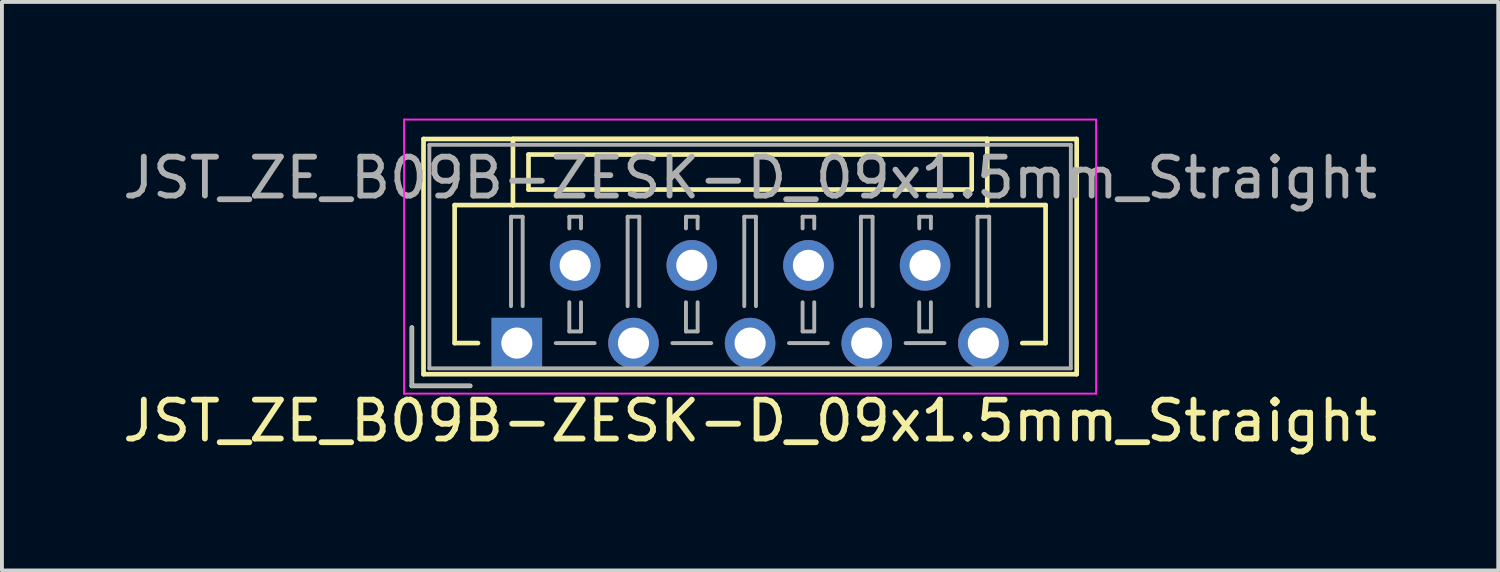
<source format=kicad_pcb>
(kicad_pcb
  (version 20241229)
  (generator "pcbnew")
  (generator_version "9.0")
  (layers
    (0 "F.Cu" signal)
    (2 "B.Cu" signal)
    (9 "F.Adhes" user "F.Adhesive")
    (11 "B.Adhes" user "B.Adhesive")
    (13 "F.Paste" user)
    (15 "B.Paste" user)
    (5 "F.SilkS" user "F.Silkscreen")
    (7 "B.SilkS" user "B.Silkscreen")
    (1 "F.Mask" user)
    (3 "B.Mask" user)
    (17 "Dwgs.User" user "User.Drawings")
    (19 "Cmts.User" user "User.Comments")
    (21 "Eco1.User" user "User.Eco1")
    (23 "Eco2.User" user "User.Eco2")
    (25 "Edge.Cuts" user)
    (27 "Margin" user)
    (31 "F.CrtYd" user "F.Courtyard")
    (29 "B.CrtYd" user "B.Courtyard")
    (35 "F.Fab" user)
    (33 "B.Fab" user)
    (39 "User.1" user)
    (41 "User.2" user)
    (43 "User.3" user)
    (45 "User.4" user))
  (footprint "JST_ZE_B09B-ZESK-D_09x1.5mm_Straight"
    (layer "F.Cu")
    (at 10.244 5.775)
    (property "Reference" "JST_ZE_B09B-ZESK-D_09x1.5mm_Straight" (at 6 2 0) (layer "F.SilkS") (effects (font (size 1 1) (thickness 0.15))))
    (attr through_hole)
    (fp_line (start -2.7 -0.4) (end -2.7 1.1) (stroke (width 0.12) (type solid)) (layer "F.SilkS"))
    (fp_line (start -2.7 1.1) (end -1.2 1.1) (stroke (width 0.12) (type solid)) (layer "F.SilkS"))
    (fp_line (start -2.4 -5.25) (end -2.4 0.8) (stroke (width 0.12) (type solid)) (layer "F.SilkS"))
    (fp_line (start -2.4 0.8) (end 14.4 0.8) (stroke (width 0.12) (type solid)) (layer "F.SilkS"))
    (fp_line (start -1.6 -3.55) (end -1.6 0) (stroke (width 0.12) (type solid)) (layer "F.SilkS"))
    (fp_line (start -1.6 0) (end -1 0) (stroke (width 0.12) (type solid)) (layer "F.SilkS"))
    (fp_line (start -0.1 -5.25) (end -0.1 -3.55) (stroke (width 0.12) (type solid)) (layer "F.SilkS"))
    (fp_line (start -0.1 -3.55) (end -1.6 -3.55) (stroke (width 0.12) (type solid)) (layer "F.SilkS"))
    (fp_line (start -0.1 -3.55) (end 12.1 -3.55) (stroke (width 0.12) (type solid)) (layer "F.SilkS"))
    (fp_line (start 0.3 -4.85) (end 0.3 -3.95) (stroke (width 0.12) (type solid)) (layer "F.SilkS"))
    (fp_line (start 0.3 -3.95) (end 11.7 -3.95) (stroke (width 0.12) (type solid)) (layer "F.SilkS"))
    (fp_line (start 11.7 -4.85) (end 0.3 -4.85) (stroke (width 0.12) (type solid)) (layer "F.SilkS"))
    (fp_line (start 11.7 -3.95) (end 11.7 -4.85) (stroke (width 0.12) (type solid)) (layer "F.SilkS"))
    (fp_line (start 12.1 -5.25) (end -0.1 -5.25) (stroke (width 0.12) (type solid)) (layer "F.SilkS"))
    (fp_line (start 12.1 -3.55) (end 12.1 -5.25) (stroke (width 0.12) (type solid)) (layer "F.SilkS"))
    (fp_line (start 12.1 -3.55) (end 13.6 -3.55) (stroke (width 0.12) (type solid)) (layer "F.SilkS"))
    (fp_line (start 13.6 -3.55) (end 13.6 0) (stroke (width 0.12) (type solid)) (layer "F.SilkS"))
    (fp_line (start 13.6 0) (end 13 0) (stroke (width 0.12) (type solid)) (layer "F.SilkS"))
    (fp_line (start 14.4 -5.25) (end -2.4 -5.25) (stroke (width 0.12) (type solid)) (layer "F.SilkS"))
    (fp_line (start 14.4 0.8) (end 14.4 -5.25) (stroke (width 0.12) (type solid)) (layer "F.SilkS"))
    (fp_line (start -2.9 -5.75) (end -2.9 1.3) (stroke (width 0.05) (type solid)) (layer "F.CrtYd"))
    (fp_line (start -2.9 1.3) (end 14.9 1.3) (stroke (width 0.05) (type solid)) (layer "F.CrtYd"))
    (fp_line (start 14.9 -5.75) (end -2.9 -5.75) (stroke (width 0.05) (type solid)) (layer "F.CrtYd"))
    (fp_line (start 14.9 1.3) (end 14.9 -5.75) (stroke (width 0.05) (type solid)) (layer "F.CrtYd"))
    (fp_line (start -2.7 -0.4) (end -2.7 1.1) (stroke (width 0.1) (type solid)) (layer "F.Fab"))
    (fp_line (start -2.7 1.1) (end -1.2 1.1) (stroke (width 0.1) (type solid)) (layer "F.Fab"))
    (fp_line (start -2.25 -5.1) (end -2.25 0.65) (stroke (width 0.1) (type solid)) (layer "F.Fab"))
    (fp_line (start -2.25 0.65) (end 14.25 0.65) (stroke (width 0.1) (type solid)) (layer "F.Fab"))
    (fp_line (start -0.15 -3.25) (end 0.15 -3.25) (stroke (width 0.1) (type solid)) (layer "F.Fab"))
    (fp_line (start -0.15 -0.95) (end -0.15 -3.25) (stroke (width 0.1) (type solid)) (layer "F.Fab"))
    (fp_line (start 0.15 -3.25) (end 0.15 -0.95) (stroke (width 0.1) (type solid)) (layer "F.Fab"))
    (fp_line (start 1 0) (end 2 0) (stroke (width 0.1) (type solid)) (layer "F.Fab"))
    (fp_line (start 1.35 -3.25) (end 1.65 -3.25) (stroke (width 0.1) (type solid)) (layer "F.Fab"))
    (fp_line (start 1.35 -2.95) (end 1.35 -3.25) (stroke (width 0.1) (type solid)) (layer "F.Fab"))
    (fp_line (start 1.35 -1.05) (end 1.35 -0.3) (stroke (width 0.1) (type solid)) (layer "F.Fab"))
    (fp_line (start 1.35 -0.3) (end 1.65 -0.3) (stroke (width 0.1) (type solid)) (layer "F.Fab"))
    (fp_line (start 1.65 -3.25) (end 1.65 -2.95) (stroke (width 0.1) (type solid)) (layer "F.Fab"))
    (fp_line (start 1.65 -0.3) (end 1.65 -1.05) (stroke (width 0.1) (type solid)) (layer "F.Fab"))
    (fp_line (start 2.85 -3.25) (end 3.15 -3.25) (stroke (width 0.1) (type solid)) (layer "F.Fab"))
    (fp_line (start 2.85 -0.95) (end 2.85 -3.25) (stroke (width 0.1) (type solid)) (layer "F.Fab"))
    (fp_line (start 3.15 -3.25) (end 3.15 -0.95) (stroke (width 0.1) (type solid)) (layer "F.Fab"))
    (fp_line (start 4 0) (end 5 0) (stroke (width 0.1) (type solid)) (layer "F.Fab"))
    (fp_line (start 4.35 -3.25) (end 4.65 -3.25) (stroke (width 0.1) (type solid)) (layer "F.Fab"))
    (fp_line (start 4.35 -2.95) (end 4.35 -3.25) (stroke (width 0.1) (type solid)) (layer "F.Fab"))
    (fp_line (start 4.35 -1.05) (end 4.35 -0.3) (stroke (width 0.1) (type solid)) (layer "F.Fab"))
    (fp_line (start 4.35 -0.3) (end 4.65 -0.3) (stroke (width 0.1) (type solid)) (layer "F.Fab"))
    (fp_line (start 4.65 -3.25) (end 4.65 -2.95) (stroke (width 0.1) (type solid)) (layer "F.Fab"))
    (fp_line (start 4.65 -0.3) (end 4.65 -1.05) (stroke (width 0.1) (type solid)) (layer "F.Fab"))
    (fp_line (start 5.85 -3.25) (end 6.15 -3.25) (stroke (width 0.1) (type solid)) (layer "F.Fab"))
    (fp_line (start 5.85 -0.95) (end 5.85 -3.25) (stroke (width 0.1) (type solid)) (layer "F.Fab"))
    (fp_line (start 6.15 -3.25) (end 6.15 -0.95) (stroke (width 0.1) (type solid)) (layer "F.Fab"))
    (fp_line (start 7 0) (end 8 0) (stroke (width 0.1) (type solid)) (layer "F.Fab"))
    (fp_line (start 7.35 -3.25) (end 7.65 -3.25) (stroke (width 0.1) (type solid)) (layer "F.Fab"))
    (fp_line (start 7.35 -2.95) (end 7.35 -3.25) (stroke (width 0.1) (type solid)) (layer "F.Fab"))
    (fp_line (start 7.35 -1.05) (end 7.35 -0.3) (stroke (width 0.1) (type solid)) (layer "F.Fab"))
    (fp_line (start 7.35 -0.3) (end 7.65 -0.3) (stroke (width 0.1) (type solid)) (layer "F.Fab"))
    (fp_line (start 7.65 -3.25) (end 7.65 -2.95) (stroke (width 0.1) (type solid)) (layer "F.Fab"))
    (fp_line (start 7.65 -0.3) (end 7.65 -1.05) (stroke (width 0.1) (type solid)) (layer "F.Fab"))
    (fp_line (start 8.85 -3.25) (end 9.15 -3.25) (stroke (width 0.1) (type solid)) (layer "F.Fab"))
    (fp_line (start 8.85 -0.95) (end 8.85 -3.25) (stroke (width 0.1) (type solid)) (layer "F.Fab"))
    (fp_line (start 9.15 -3.25) (end 9.15 -0.95) (stroke (width 0.1) (type solid)) (layer "F.Fab"))
    (fp_line (start 10 0) (end 11 0) (stroke (width 0.1) (type solid)) (layer "F.Fab"))
    (fp_line (start 10.35 -3.25) (end 10.65 -3.25) (stroke (width 0.1) (type solid)) (layer "F.Fab"))
    (fp_line (start 10.35 -2.95) (end 10.35 -3.25) (stroke (width 0.1) (type solid)) (layer "F.Fab"))
    (fp_line (start 10.35 -1.05) (end 10.35 -0.3) (stroke (width 0.1) (type solid)) (layer "F.Fab"))
    (fp_line (start 10.35 -0.3) (end 10.65 -0.3) (stroke (width 0.1) (type solid)) (layer "F.Fab"))
    (fp_line (start 10.65 -3.25) (end 10.65 -2.95) (stroke (width 0.1) (type solid)) (layer "F.Fab"))
    (fp_line (start 10.65 -0.3) (end 10.65 -1.05) (stroke (width 0.1) (type solid)) (layer "F.Fab"))
    (fp_line (start 11.85 -3.25) (end 12.15 -3.25) (stroke (width 0.1) (type solid)) (layer "F.Fab"))
    (fp_line (start 11.85 -0.95) (end 11.85 -3.25) (stroke (width 0.1) (type solid)) (layer "F.Fab"))
    (fp_line (start 12.15 -3.25) (end 12.15 -0.95) (stroke (width 0.1) (type solid)) (layer "F.Fab"))
    (fp_line (start 14.25 -5.1) (end -2.25 -5.1) (stroke (width 0.1) (type solid)) (layer "F.Fab"))
    (fp_line (start 14.25 0.65) (end 14.25 -5.1) (stroke (width 0.1) (type solid)) (layer "F.Fab"))
    (fp_text user "${REFERENCE}" (at 6 -4.25 0) (layer "F.Fab") (effects (font (size 1 1) (thickness 0.15))))
    (pad "1" thru_hole rect (at 0 0) (size 1.3 1.3) (drill 0.8) (layers "*.Cu" "*.Mask"))
    (pad "2" thru_hole circle (at 1.5 -2) (size 1.3 1.3) (drill 0.8) (layers "*.Cu" "*.Mask"))
    (pad "3" thru_hole circle (at 3 0) (size 1.3 1.3) (drill 0.8) (layers "*.Cu" "*.Mask"))
    (pad "4" thru_hole circle (at 4.5 -2) (size 1.3 1.3) (drill 0.8) (layers "*.Cu" "*.Mask"))
    (pad "5" thru_hole circle (at 6 0) (size 1.3 1.3) (drill 0.8) (layers "*.Cu" "*.Mask"))
    (pad "6" thru_hole circle (at 7.5 -2) (size 1.3 1.3) (drill 0.8) (layers "*.Cu" "*.Mask"))
    (pad "7" thru_hole circle (at 9 0) (size 1.3 1.3) (drill 0.8) (layers "*.Cu" "*.Mask"))
    (pad "8" thru_hole circle (at 10.5 -2) (size 1.3 1.3) (drill 0.8) (layers "*.Cu" "*.Mask"))
    (pad "9" thru_hole circle (at 12 0) (size 1.3 1.3) (drill 0.8) (layers "*.Cu" "*.Mask")))
  (gr_rect
    (start -3 -3)
    (end 35.488 11.623)
    (stroke (width 0.1) (type default))
    (fill no)
    (layer "Edge.Cuts")))
</source>
